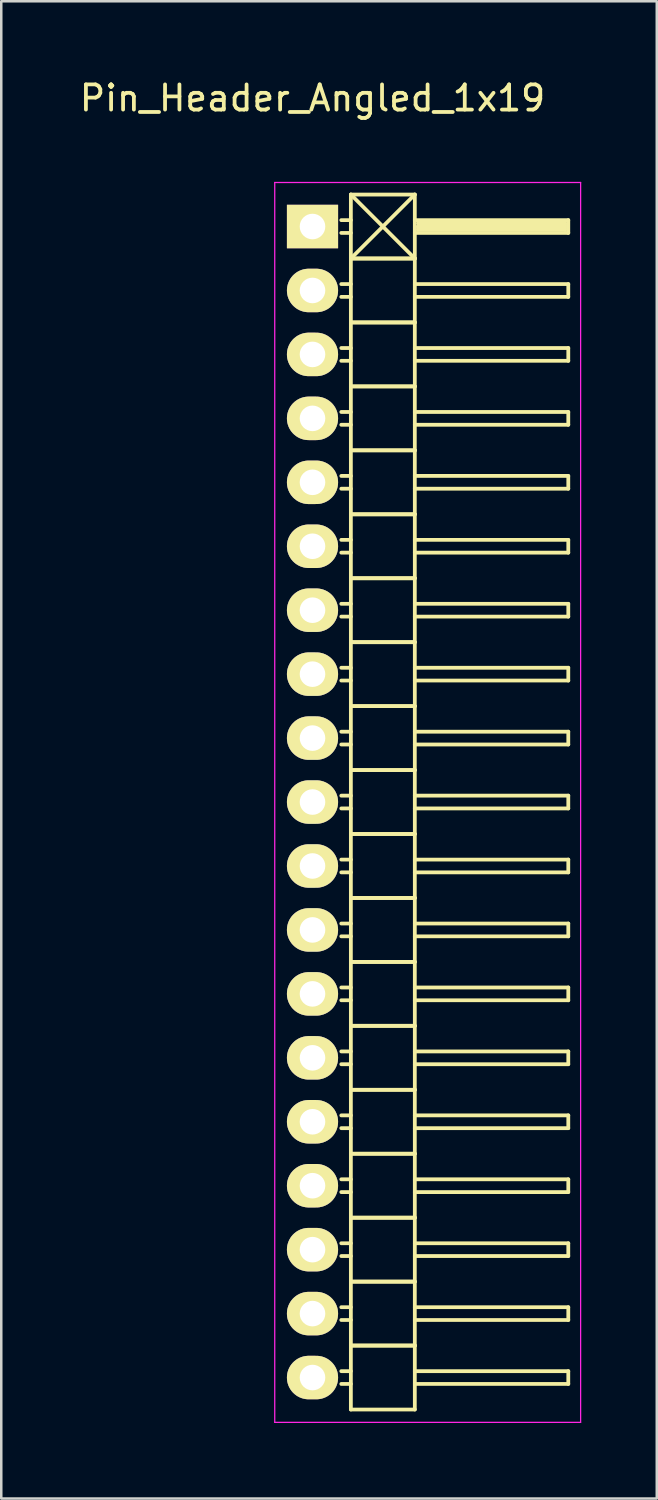
<source format=kicad_pcb>
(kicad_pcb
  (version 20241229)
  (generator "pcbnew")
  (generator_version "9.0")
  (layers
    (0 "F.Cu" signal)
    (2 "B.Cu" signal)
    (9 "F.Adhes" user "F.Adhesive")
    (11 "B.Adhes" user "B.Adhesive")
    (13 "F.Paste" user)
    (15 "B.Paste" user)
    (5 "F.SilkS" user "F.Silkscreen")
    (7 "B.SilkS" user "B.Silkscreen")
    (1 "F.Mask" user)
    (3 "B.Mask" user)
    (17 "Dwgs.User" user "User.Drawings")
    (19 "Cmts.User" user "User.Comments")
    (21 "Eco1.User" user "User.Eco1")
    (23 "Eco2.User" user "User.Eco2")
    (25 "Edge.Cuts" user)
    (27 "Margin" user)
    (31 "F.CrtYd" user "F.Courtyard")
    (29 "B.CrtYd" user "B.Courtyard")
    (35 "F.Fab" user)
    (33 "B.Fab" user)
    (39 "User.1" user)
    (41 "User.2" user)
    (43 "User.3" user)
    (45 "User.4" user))
  (footprint "Pin_Header_Angled_1x19"
    (layer "F.Cu")
    (at 9.363 5.948)
    (property "Reference" "Pin_Header_Angled_1x19" (at 0 -5.1 0) (layer "F.SilkS") (effects (font (size 1 1) (thickness 0.15))))
    (attr through_hole)
    (fp_line (start 1.524 -1.27) (end 1.524 1.27) (stroke (width 0.15) (type solid)) (layer "F.SilkS"))
    (fp_line (start 1.524 -1.27) (end 4.064 -1.27) (stroke (width 0.15) (type solid)) (layer "F.SilkS"))
    (fp_line (start 1.524 -0.254) (end 1.143 -0.254) (stroke (width 0.15) (type solid)) (layer "F.SilkS"))
    (fp_line (start 1.524 0.254) (end 1.143 0.254) (stroke (width 0.15) (type solid)) (layer "F.SilkS"))
    (fp_line (start 1.524 1.27) (end 1.524 3.81) (stroke (width 0.15) (type solid)) (layer "F.SilkS"))
    (fp_line (start 1.524 1.27) (end 4.064 1.27) (stroke (width 0.15) (type solid)) (layer "F.SilkS"))
    (fp_line (start 1.524 1.27) (end 4.064 1.27) (stroke (width 0.15) (type solid)) (layer "F.SilkS"))
    (fp_line (start 1.524 2.286) (end 1.143 2.286) (stroke (width 0.15) (type solid)) (layer "F.SilkS"))
    (fp_line (start 1.524 2.794) (end 1.143 2.794) (stroke (width 0.15) (type solid)) (layer "F.SilkS"))
    (fp_line (start 1.524 3.81) (end 1.524 6.35) (stroke (width 0.15) (type solid)) (layer "F.SilkS"))
    (fp_line (start 1.524 3.81) (end 4.064 3.81) (stroke (width 0.15) (type solid)) (layer "F.SilkS"))
    (fp_line (start 1.524 3.81) (end 4.064 3.81) (stroke (width 0.15) (type solid)) (layer "F.SilkS"))
    (fp_line (start 1.524 4.826) (end 1.143 4.826) (stroke (width 0.15) (type solid)) (layer "F.SilkS"))
    (fp_line (start 1.524 5.334) (end 1.143 5.334) (stroke (width 0.15) (type solid)) (layer "F.SilkS"))
    (fp_line (start 1.524 6.35) (end 1.524 8.89) (stroke (width 0.15) (type solid)) (layer "F.SilkS"))
    (fp_line (start 1.524 6.35) (end 4.064 6.35) (stroke (width 0.15) (type solid)) (layer "F.SilkS"))
    (fp_line (start 1.524 6.35) (end 4.064 6.35) (stroke (width 0.15) (type solid)) (layer "F.SilkS"))
    (fp_line (start 1.524 7.366) (end 1.143 7.366) (stroke (width 0.15) (type solid)) (layer "F.SilkS"))
    (fp_line (start 1.524 7.874) (end 1.143 7.874) (stroke (width 0.15) (type solid)) (layer "F.SilkS"))
    (fp_line (start 1.524 8.89) (end 1.524 11.43) (stroke (width 0.15) (type solid)) (layer "F.SilkS"))
    (fp_line (start 1.524 8.89) (end 4.064 8.89) (stroke (width 0.15) (type solid)) (layer "F.SilkS"))
    (fp_line (start 1.524 8.89) (end 4.064 8.89) (stroke (width 0.15) (type solid)) (layer "F.SilkS"))
    (fp_line (start 1.524 9.906) (end 1.143 9.906) (stroke (width 0.15) (type solid)) (layer "F.SilkS"))
    (fp_line (start 1.524 10.414) (end 1.143 10.414) (stroke (width 0.15) (type solid)) (layer "F.SilkS"))
    (fp_line (start 1.524 11.43) (end 1.524 13.97) (stroke (width 0.15) (type solid)) (layer "F.SilkS"))
    (fp_line (start 1.524 11.43) (end 4.064 11.43) (stroke (width 0.15) (type solid)) (layer "F.SilkS"))
    (fp_line (start 1.524 11.43) (end 4.064 11.43) (stroke (width 0.15) (type solid)) (layer "F.SilkS"))
    (fp_line (start 1.524 12.446) (end 1.143 12.446) (stroke (width 0.15) (type solid)) (layer "F.SilkS"))
    (fp_line (start 1.524 12.954) (end 1.143 12.954) (stroke (width 0.15) (type solid)) (layer "F.SilkS"))
    (fp_line (start 1.524 13.97) (end 1.524 16.51) (stroke (width 0.15) (type solid)) (layer "F.SilkS"))
    (fp_line (start 1.524 13.97) (end 4.064 13.97) (stroke (width 0.15) (type solid)) (layer "F.SilkS"))
    (fp_line (start 1.524 13.97) (end 4.064 13.97) (stroke (width 0.15) (type solid)) (layer "F.SilkS"))
    (fp_line (start 1.524 14.986) (end 1.143 14.986) (stroke (width 0.15) (type solid)) (layer "F.SilkS"))
    (fp_line (start 1.524 15.494) (end 1.143 15.494) (stroke (width 0.15) (type solid)) (layer "F.SilkS"))
    (fp_line (start 1.524 16.51) (end 1.524 19.05) (stroke (width 0.15) (type solid)) (layer "F.SilkS"))
    (fp_line (start 1.524 16.51) (end 4.064 16.51) (stroke (width 0.15) (type solid)) (layer "F.SilkS"))
    (fp_line (start 1.524 16.51) (end 4.064 16.51) (stroke (width 0.15) (type solid)) (layer "F.SilkS"))
    (fp_line (start 1.524 17.526) (end 1.143 17.526) (stroke (width 0.15) (type solid)) (layer "F.SilkS"))
    (fp_line (start 1.524 18.034) (end 1.143 18.034) (stroke (width 0.15) (type solid)) (layer "F.SilkS"))
    (fp_line (start 1.524 19.05) (end 1.524 21.59) (stroke (width 0.15) (type solid)) (layer "F.SilkS"))
    (fp_line (start 1.524 19.05) (end 4.064 19.05) (stroke (width 0.15) (type solid)) (layer "F.SilkS"))
    (fp_line (start 1.524 19.05) (end 4.064 19.05) (stroke (width 0.15) (type solid)) (layer "F.SilkS"))
    (fp_line (start 1.524 20.066) (end 1.143 20.066) (stroke (width 0.15) (type solid)) (layer "F.SilkS"))
    (fp_line (start 1.524 20.574) (end 1.143 20.574) (stroke (width 0.15) (type solid)) (layer "F.SilkS"))
    (fp_line (start 1.524 21.59) (end 1.524 24.13) (stroke (width 0.15) (type solid)) (layer "F.SilkS"))
    (fp_line (start 1.524 21.59) (end 4.064 21.59) (stroke (width 0.15) (type solid)) (layer "F.SilkS"))
    (fp_line (start 1.524 21.59) (end 4.064 21.59) (stroke (width 0.15) (type solid)) (layer "F.SilkS"))
    (fp_line (start 1.524 22.606) (end 1.143 22.606) (stroke (width 0.15) (type solid)) (layer "F.SilkS"))
    (fp_line (start 1.524 23.114) (end 1.143 23.114) (stroke (width 0.15) (type solid)) (layer "F.SilkS"))
    (fp_line (start 1.524 24.13) (end 1.524 26.67) (stroke (width 0.15) (type solid)) (layer "F.SilkS"))
    (fp_line (start 1.524 24.13) (end 4.064 24.13) (stroke (width 0.15) (type solid)) (layer "F.SilkS"))
    (fp_line (start 1.524 24.13) (end 4.064 24.13) (stroke (width 0.15) (type solid)) (layer "F.SilkS"))
    (fp_line (start 1.524 25.146) (end 1.143 25.146) (stroke (width 0.15) (type solid)) (layer "F.SilkS"))
    (fp_line (start 1.524 25.654) (end 1.143 25.654) (stroke (width 0.15) (type solid)) (layer "F.SilkS"))
    (fp_line (start 1.524 26.67) (end 1.524 29.21) (stroke (width 0.15) (type solid)) (layer "F.SilkS"))
    (fp_line (start 1.524 26.67) (end 4.064 26.67) (stroke (width 0.15) (type solid)) (layer "F.SilkS"))
    (fp_line (start 1.524 26.67) (end 4.064 26.67) (stroke (width 0.15) (type solid)) (layer "F.SilkS"))
    (fp_line (start 1.524 27.686) (end 1.143 27.686) (stroke (width 0.15) (type solid)) (layer "F.SilkS"))
    (fp_line (start 1.524 28.194) (end 1.143 28.194) (stroke (width 0.15) (type solid)) (layer "F.SilkS"))
    (fp_line (start 1.524 29.21) (end 1.524 31.75) (stroke (width 0.15) (type solid)) (layer "F.SilkS"))
    (fp_line (start 1.524 29.21) (end 4.064 29.21) (stroke (width 0.15) (type solid)) (layer "F.SilkS"))
    (fp_line (start 1.524 29.21) (end 4.064 29.21) (stroke (width 0.15) (type solid)) (layer "F.SilkS"))
    (fp_line (start 1.524 30.226) (end 1.143 30.226) (stroke (width 0.15) (type solid)) (layer "F.SilkS"))
    (fp_line (start 1.524 30.734) (end 1.143 30.734) (stroke (width 0.15) (type solid)) (layer "F.SilkS"))
    (fp_line (start 1.524 31.75) (end 1.524 34.29) (stroke (width 0.15) (type solid)) (layer "F.SilkS"))
    (fp_line (start 1.524 31.75) (end 4.064 31.75) (stroke (width 0.15) (type solid)) (layer "F.SilkS"))
    (fp_line (start 1.524 31.75) (end 4.064 31.75) (stroke (width 0.15) (type solid)) (layer "F.SilkS"))
    (fp_line (start 1.524 32.766) (end 1.143 32.766) (stroke (width 0.15) (type solid)) (layer "F.SilkS"))
    (fp_line (start 1.524 33.274) (end 1.143 33.274) (stroke (width 0.15) (type solid)) (layer "F.SilkS"))
    (fp_line (start 1.524 34.29) (end 1.524 36.83) (stroke (width 0.15) (type solid)) (layer "F.SilkS"))
    (fp_line (start 1.524 34.29) (end 4.064 34.29) (stroke (width 0.15) (type solid)) (layer "F.SilkS"))
    (fp_line (start 1.524 34.29) (end 4.064 34.29) (stroke (width 0.15) (type solid)) (layer "F.SilkS"))
    (fp_line (start 1.524 35.306) (end 1.143 35.306) (stroke (width 0.15) (type solid)) (layer "F.SilkS"))
    (fp_line (start 1.524 35.814) (end 1.143 35.814) (stroke (width 0.15) (type solid)) (layer "F.SilkS"))
    (fp_line (start 1.524 36.83) (end 1.524 39.37) (stroke (width 0.15) (type solid)) (layer "F.SilkS"))
    (fp_line (start 1.524 36.83) (end 4.064 36.83) (stroke (width 0.15) (type solid)) (layer "F.SilkS"))
    (fp_line (start 1.524 36.83) (end 4.064 36.83) (stroke (width 0.15) (type solid)) (layer "F.SilkS"))
    (fp_line (start 1.524 37.846) (end 1.143 37.846) (stroke (width 0.15) (type solid)) (layer "F.SilkS"))
    (fp_line (start 1.524 38.354) (end 1.143 38.354) (stroke (width 0.15) (type solid)) (layer "F.SilkS"))
    (fp_line (start 1.524 39.37) (end 1.524 41.91) (stroke (width 0.15) (type solid)) (layer "F.SilkS"))
    (fp_line (start 1.524 39.37) (end 4.064 39.37) (stroke (width 0.15) (type solid)) (layer "F.SilkS"))
    (fp_line (start 1.524 39.37) (end 4.064 39.37) (stroke (width 0.15) (type solid)) (layer "F.SilkS"))
    (fp_line (start 1.524 40.386) (end 1.143 40.386) (stroke (width 0.15) (type solid)) (layer "F.SilkS"))
    (fp_line (start 1.524 40.894) (end 1.143 40.894) (stroke (width 0.15) (type solid)) (layer "F.SilkS"))
    (fp_line (start 1.524 41.91) (end 1.524 44.45) (stroke (width 0.15) (type solid)) (layer "F.SilkS"))
    (fp_line (start 1.524 41.91) (end 4.064 41.91) (stroke (width 0.15) (type solid)) (layer "F.SilkS"))
    (fp_line (start 1.524 41.91) (end 4.064 41.91) (stroke (width 0.15) (type solid)) (layer "F.SilkS"))
    (fp_line (start 1.524 42.926) (end 1.143 42.926) (stroke (width 0.15) (type solid)) (layer "F.SilkS"))
    (fp_line (start 1.524 43.434) (end 1.143 43.434) (stroke (width 0.15) (type solid)) (layer "F.SilkS"))
    (fp_line (start 1.524 44.45) (end 1.524 46.99) (stroke (width 0.15) (type solid)) (layer "F.SilkS"))
    (fp_line (start 1.524 44.45) (end 4.064 44.45) (stroke (width 0.15) (type solid)) (layer "F.SilkS"))
    (fp_line (start 1.524 44.45) (end 4.064 44.45) (stroke (width 0.15) (type solid)) (layer "F.SilkS"))
    (fp_line (start 1.524 45.466) (end 1.143 45.466) (stroke (width 0.15) (type solid)) (layer "F.SilkS"))
    (fp_line (start 1.524 45.974) (end 1.143 45.974) (stroke (width 0.15) (type solid)) (layer "F.SilkS"))
    (fp_line (start 1.524 46.99) (end 4.064 46.99) (stroke (width 0.15) (type solid)) (layer "F.SilkS"))
    (fp_line (start 4.064 -1.27) (end 1.524 1.27) (stroke (width 0.15) (type solid)) (layer "F.SilkS"))
    (fp_line (start 4.064 -0.254) (end 10.16 -0.254) (stroke (width 0.15) (type solid)) (layer "F.SilkS"))
    (fp_line (start 4.064 1.27) (end 1.524 -1.27) (stroke (width 0.15) (type solid)) (layer "F.SilkS"))
    (fp_line (start 4.064 1.27) (end 4.064 -1.27) (stroke (width 0.15) (type solid)) (layer "F.SilkS"))
    (fp_line (start 4.064 2.286) (end 10.16 2.286) (stroke (width 0.15) (type solid)) (layer "F.SilkS"))
    (fp_line (start 4.064 3.81) (end 4.064 1.27) (stroke (width 0.15) (type solid)) (layer "F.SilkS"))
    (fp_line (start 4.064 4.826) (end 10.16 4.826) (stroke (width 0.15) (type solid)) (layer "F.SilkS"))
    (fp_line (start 4.064 6.35) (end 4.064 3.81) (stroke (width 0.15) (type solid)) (layer "F.SilkS"))
    (fp_line (start 4.064 7.366) (end 10.16 7.366) (stroke (width 0.15) (type solid)) (layer "F.SilkS"))
    (fp_line (start 4.064 8.89) (end 4.064 6.35) (stroke (width 0.15) (type solid)) (layer "F.SilkS"))
    (fp_line (start 4.064 9.906) (end 10.16 9.906) (stroke (width 0.15) (type solid)) (layer "F.SilkS"))
    (fp_line (start 4.064 11.43) (end 4.064 8.89) (stroke (width 0.15) (type solid)) (layer "F.SilkS"))
    (fp_line (start 4.064 12.446) (end 10.16 12.446) (stroke (width 0.15) (type solid)) (layer "F.SilkS"))
    (fp_line (start 4.064 13.97) (end 4.064 11.43) (stroke (width 0.15) (type solid)) (layer "F.SilkS"))
    (fp_line (start 4.064 14.986) (end 10.16 14.986) (stroke (width 0.15) (type solid)) (layer "F.SilkS"))
    (fp_line (start 4.064 16.51) (end 4.064 13.97) (stroke (width 0.15) (type solid)) (layer "F.SilkS"))
    (fp_line (start 4.064 17.526) (end 10.16 17.526) (stroke (width 0.15) (type solid)) (layer "F.SilkS"))
    (fp_line (start 4.064 19.05) (end 4.064 16.51) (stroke (width 0.15) (type solid)) (layer "F.SilkS"))
    (fp_line (start 4.064 20.066) (end 10.16 20.066) (stroke (width 0.15) (type solid)) (layer "F.SilkS"))
    (fp_line (start 4.064 21.59) (end 4.064 19.05) (stroke (width 0.15) (type solid)) (layer "F.SilkS"))
    (fp_line (start 4.064 22.606) (end 10.16 22.606) (stroke (width 0.15) (type solid)) (layer "F.SilkS"))
    (fp_line (start 4.064 24.13) (end 4.064 21.59) (stroke (width 0.15) (type solid)) (layer "F.SilkS"))
    (fp_line (start 4.064 25.146) (end 10.16 25.146) (stroke (width 0.15) (type solid)) (layer "F.SilkS"))
    (fp_line (start 4.064 26.67) (end 4.064 24.13) (stroke (width 0.15) (type solid)) (layer "F.SilkS"))
    (fp_line (start 4.064 27.686) (end 10.16 27.686) (stroke (width 0.15) (type solid)) (layer "F.SilkS"))
    (fp_line (start 4.064 29.21) (end 4.064 26.67) (stroke (width 0.15) (type solid)) (layer "F.SilkS"))
    (fp_line (start 4.064 30.226) (end 10.16 30.226) (stroke (width 0.15) (type solid)) (layer "F.SilkS"))
    (fp_line (start 4.064 31.75) (end 4.064 29.21) (stroke (width 0.15) (type solid)) (layer "F.SilkS"))
    (fp_line (start 4.064 32.766) (end 10.16 32.766) (stroke (width 0.15) (type solid)) (layer "F.SilkS"))
    (fp_line (start 4.064 34.29) (end 4.064 31.75) (stroke (width 0.15) (type solid)) (layer "F.SilkS"))
    (fp_line (start 4.064 35.306) (end 10.16 35.306) (stroke (width 0.15) (type solid)) (layer "F.SilkS"))
    (fp_line (start 4.064 36.83) (end 4.064 34.29) (stroke (width 0.15) (type solid)) (layer "F.SilkS"))
    (fp_line (start 4.064 37.846) (end 10.16 37.846) (stroke (width 0.15) (type solid)) (layer "F.SilkS"))
    (fp_line (start 4.064 39.37) (end 4.064 36.83) (stroke (width 0.15) (type solid)) (layer "F.SilkS"))
    (fp_line (start 4.064 40.386) (end 10.16 40.386) (stroke (width 0.15) (type solid)) (layer "F.SilkS"))
    (fp_line (start 4.064 41.91) (end 4.064 39.37) (stroke (width 0.15) (type solid)) (layer "F.SilkS"))
    (fp_line (start 4.064 42.926) (end 10.16 42.926) (stroke (width 0.15) (type solid)) (layer "F.SilkS"))
    (fp_line (start 4.064 44.45) (end 4.064 41.91) (stroke (width 0.15) (type solid)) (layer "F.SilkS"))
    (fp_line (start 4.064 45.466) (end 10.16 45.466) (stroke (width 0.15) (type solid)) (layer "F.SilkS"))
    (fp_line (start 4.064 46.99) (end 4.064 44.45) (stroke (width 0.15) (type solid)) (layer "F.SilkS"))
    (fp_line (start 4.191 -0.127) (end 10.033 -0.127) (stroke (width 0.15) (type solid)) (layer "F.SilkS"))
    (fp_line (start 4.191 0) (end 10.033 0) (stroke (width 0.15) (type solid)) (layer "F.SilkS"))
    (fp_line (start 4.191 0.127) (end 4.191 0) (stroke (width 0.15) (type solid)) (layer "F.SilkS"))
    (fp_line (start 10.033 -0.127) (end 10.033 0.127) (stroke (width 0.15) (type solid)) (layer "F.SilkS"))
    (fp_line (start 10.033 0.127) (end 4.191 0.127) (stroke (width 0.15) (type solid)) (layer "F.SilkS"))
    (fp_line (start 10.16 -0.254) (end 10.16 0.254) (stroke (width 0.15) (type solid)) (layer "F.SilkS"))
    (fp_line (start 10.16 0.254) (end 4.064 0.254) (stroke (width 0.15) (type solid)) (layer "F.SilkS"))
    (fp_line (start 10.16 2.286) (end 10.16 2.794) (stroke (width 0.15) (type solid)) (layer "F.SilkS"))
    (fp_line (start 10.16 2.794) (end 4.064 2.794) (stroke (width 0.15) (type solid)) (layer "F.SilkS"))
    (fp_line (start 10.16 4.826) (end 10.16 5.334) (stroke (width 0.15) (type solid)) (layer "F.SilkS"))
    (fp_line (start 10.16 5.334) (end 4.064 5.334) (stroke (width 0.15) (type solid)) (layer "F.SilkS"))
    (fp_line (start 10.16 7.366) (end 10.16 7.874) (stroke (width 0.15) (type solid)) (layer "F.SilkS"))
    (fp_line (start 10.16 7.874) (end 4.064 7.874) (stroke (width 0.15) (type solid)) (layer "F.SilkS"))
    (fp_line (start 10.16 9.906) (end 10.16 10.414) (stroke (width 0.15) (type solid)) (layer "F.SilkS"))
    (fp_line (start 10.16 10.414) (end 4.064 10.414) (stroke (width 0.15) (type solid)) (layer "F.SilkS"))
    (fp_line (start 10.16 12.446) (end 10.16 12.954) (stroke (width 0.15) (type solid)) (layer "F.SilkS"))
    (fp_line (start 10.16 12.954) (end 4.064 12.954) (stroke (width 0.15) (type solid)) (layer "F.SilkS"))
    (fp_line (start 10.16 14.986) (end 10.16 15.494) (stroke (width 0.15) (type solid)) (layer "F.SilkS"))
    (fp_line (start 10.16 15.494) (end 4.064 15.494) (stroke (width 0.15) (type solid)) (layer "F.SilkS"))
    (fp_line (start 10.16 17.526) (end 10.16 18.034) (stroke (width 0.15) (type solid)) (layer "F.SilkS"))
    (fp_line (start 10.16 18.034) (end 4.064 18.034) (stroke (width 0.15) (type solid)) (layer "F.SilkS"))
    (fp_line (start 10.16 20.066) (end 10.16 20.574) (stroke (width 0.15) (type solid)) (layer "F.SilkS"))
    (fp_line (start 10.16 20.574) (end 4.064 20.574) (stroke (width 0.15) (type solid)) (layer "F.SilkS"))
    (fp_line (start 10.16 22.606) (end 10.16 23.114) (stroke (width 0.15) (type solid)) (layer "F.SilkS"))
    (fp_line (start 10.16 23.114) (end 4.064 23.114) (stroke (width 0.15) (type solid)) (layer "F.SilkS"))
    (fp_line (start 10.16 25.146) (end 10.16 25.654) (stroke (width 0.15) (type solid)) (layer "F.SilkS"))
    (fp_line (start 10.16 25.654) (end 4.064 25.654) (stroke (width 0.15) (type solid)) (layer "F.SilkS"))
    (fp_line (start 10.16 27.686) (end 10.16 28.194) (stroke (width 0.15) (type solid)) (layer "F.SilkS"))
    (fp_line (start 10.16 28.194) (end 4.064 28.194) (stroke (width 0.15) (type solid)) (layer "F.SilkS"))
    (fp_line (start 10.16 30.226) (end 10.16 30.734) (stroke (width 0.15) (type solid)) (layer "F.SilkS"))
    (fp_line (start 10.16 30.734) (end 4.064 30.734) (stroke (width 0.15) (type solid)) (layer "F.SilkS"))
    (fp_line (start 10.16 32.766) (end 10.16 33.274) (stroke (width 0.15) (type solid)) (layer "F.SilkS"))
    (fp_line (start 10.16 33.274) (end 4.064 33.274) (stroke (width 0.15) (type solid)) (layer "F.SilkS"))
    (fp_line (start 10.16 35.306) (end 10.16 35.814) (stroke (width 0.15) (type solid)) (layer "F.SilkS"))
    (fp_line (start 10.16 35.814) (end 4.064 35.814) (stroke (width 0.15) (type solid)) (layer "F.SilkS"))
    (fp_line (start 10.16 37.846) (end 10.16 38.354) (stroke (width 0.15) (type solid)) (layer "F.SilkS"))
    (fp_line (start 10.16 38.354) (end 4.064 38.354) (stroke (width 0.15) (type solid)) (layer "F.SilkS"))
    (fp_line (start 10.16 40.386) (end 10.16 40.894) (stroke (width 0.15) (type solid)) (layer "F.SilkS"))
    (fp_line (start 10.16 40.894) (end 4.064 40.894) (stroke (width 0.15) (type solid)) (layer "F.SilkS"))
    (fp_line (start 10.16 42.926) (end 10.16 43.434) (stroke (width 0.15) (type solid)) (layer "F.SilkS"))
    (fp_line (start 10.16 43.434) (end 4.064 43.434) (stroke (width 0.15) (type solid)) (layer "F.SilkS"))
    (fp_line (start 10.16 45.466) (end 10.16 45.974) (stroke (width 0.15) (type solid)) (layer "F.SilkS"))
    (fp_line (start 10.16 45.974) (end 4.064 45.974) (stroke (width 0.15) (type solid)) (layer "F.SilkS"))
    (fp_line (start -1.5 -1.75) (end -1.5 47.5) (stroke (width 0.05) (type solid)) (layer "F.CrtYd"))
    (fp_line (start -1.5 -1.75) (end 10.65 -1.75) (stroke (width 0.05) (type solid)) (layer "F.CrtYd"))
    (fp_line (start -1.5 47.5) (end 10.65 47.5) (stroke (width 0.05) (type solid)) (layer "F.CrtYd"))
    (fp_line (start 10.65 -1.75) (end 10.65 47.5) (stroke (width 0.05) (type solid)) (layer "F.CrtYd"))
    (pad "1" thru_hole rect (at 0 0) (size 2.032 1.727) (drill 1.016) (layers "*.Cu" "*.Mask" "F.SilkS"))
    (pad "2" thru_hole oval (at 0 2.54) (size 2.032 1.727) (drill 1.016) (layers "*.Cu" "*.Mask" "F.SilkS"))
    (pad "3" thru_hole oval (at 0 5.08) (size 2.032 1.727) (drill 1.016) (layers "*.Cu" "*.Mask" "F.SilkS"))
    (pad "4" thru_hole oval (at 0 7.62) (size 2.032 1.727) (drill 1.016) (layers "*.Cu" "*.Mask" "F.SilkS"))
    (pad "5" thru_hole oval (at 0 10.16) (size 2.032 1.727) (drill 1.016) (layers "*.Cu" "*.Mask" "F.SilkS"))
    (pad "6" thru_hole oval (at 0 12.7) (size 2.032 1.727) (drill 1.016) (layers "*.Cu" "*.Mask" "F.SilkS"))
    (pad "7" thru_hole oval (at 0 15.24) (size 2.032 1.727) (drill 1.016) (layers "*.Cu" "*.Mask" "F.SilkS"))
    (pad "8" thru_hole oval (at 0 17.78) (size 2.032 1.727) (drill 1.016) (layers "*.Cu" "*.Mask" "F.SilkS"))
    (pad "9" thru_hole oval (at 0 20.32) (size 2.032 1.727) (drill 1.016) (layers "*.Cu" "*.Mask" "F.SilkS"))
    (pad "10" thru_hole oval (at 0 22.86) (size 2.032 1.727) (drill 1.016) (layers "*.Cu" "*.Mask" "F.SilkS"))
    (pad "11" thru_hole oval (at 0 25.4) (size 2.032 1.727) (drill 1.016) (layers "*.Cu" "*.Mask" "F.SilkS"))
    (pad "12" thru_hole oval (at 0 27.94) (size 2.032 1.727) (drill 1.016) (layers "*.Cu" "*.Mask" "F.SilkS"))
    (pad "13" thru_hole oval (at 0 30.48) (size 2.032 1.727) (drill 1.016) (layers "*.Cu" "*.Mask" "F.SilkS"))
    (pad "14" thru_hole oval (at 0 33.02) (size 2.032 1.727) (drill 1.016) (layers "*.Cu" "*.Mask" "F.SilkS"))
    (pad "15" thru_hole oval (at 0 35.56) (size 2.032 1.727) (drill 1.016) (layers "*.Cu" "*.Mask" "F.SilkS"))
    (pad "16" thru_hole oval (at 0 38.1) (size 2.032 1.727) (drill 1.016) (layers "*.Cu" "*.Mask" "F.SilkS"))
    (pad "17" thru_hole oval (at 0 40.64) (size 2.032 1.727) (drill 1.016) (layers "*.Cu" "*.Mask" "F.SilkS"))
    (pad "18" thru_hole oval (at 0 43.18) (size 2.032 1.727) (drill 1.016) (layers "*.Cu" "*.Mask" "F.SilkS"))
    (pad "19" thru_hole oval (at 0 45.72) (size 2.032 1.727) (drill 1.016) (layers "*.Cu" "*.Mask" "F.SilkS")))
  (gr_rect
    (start -3 -3)
    (end 23.038 56.473)
    (stroke (width 0.1) (type default))
    (fill no)
    (layer "Edge.Cuts")))
</source>
